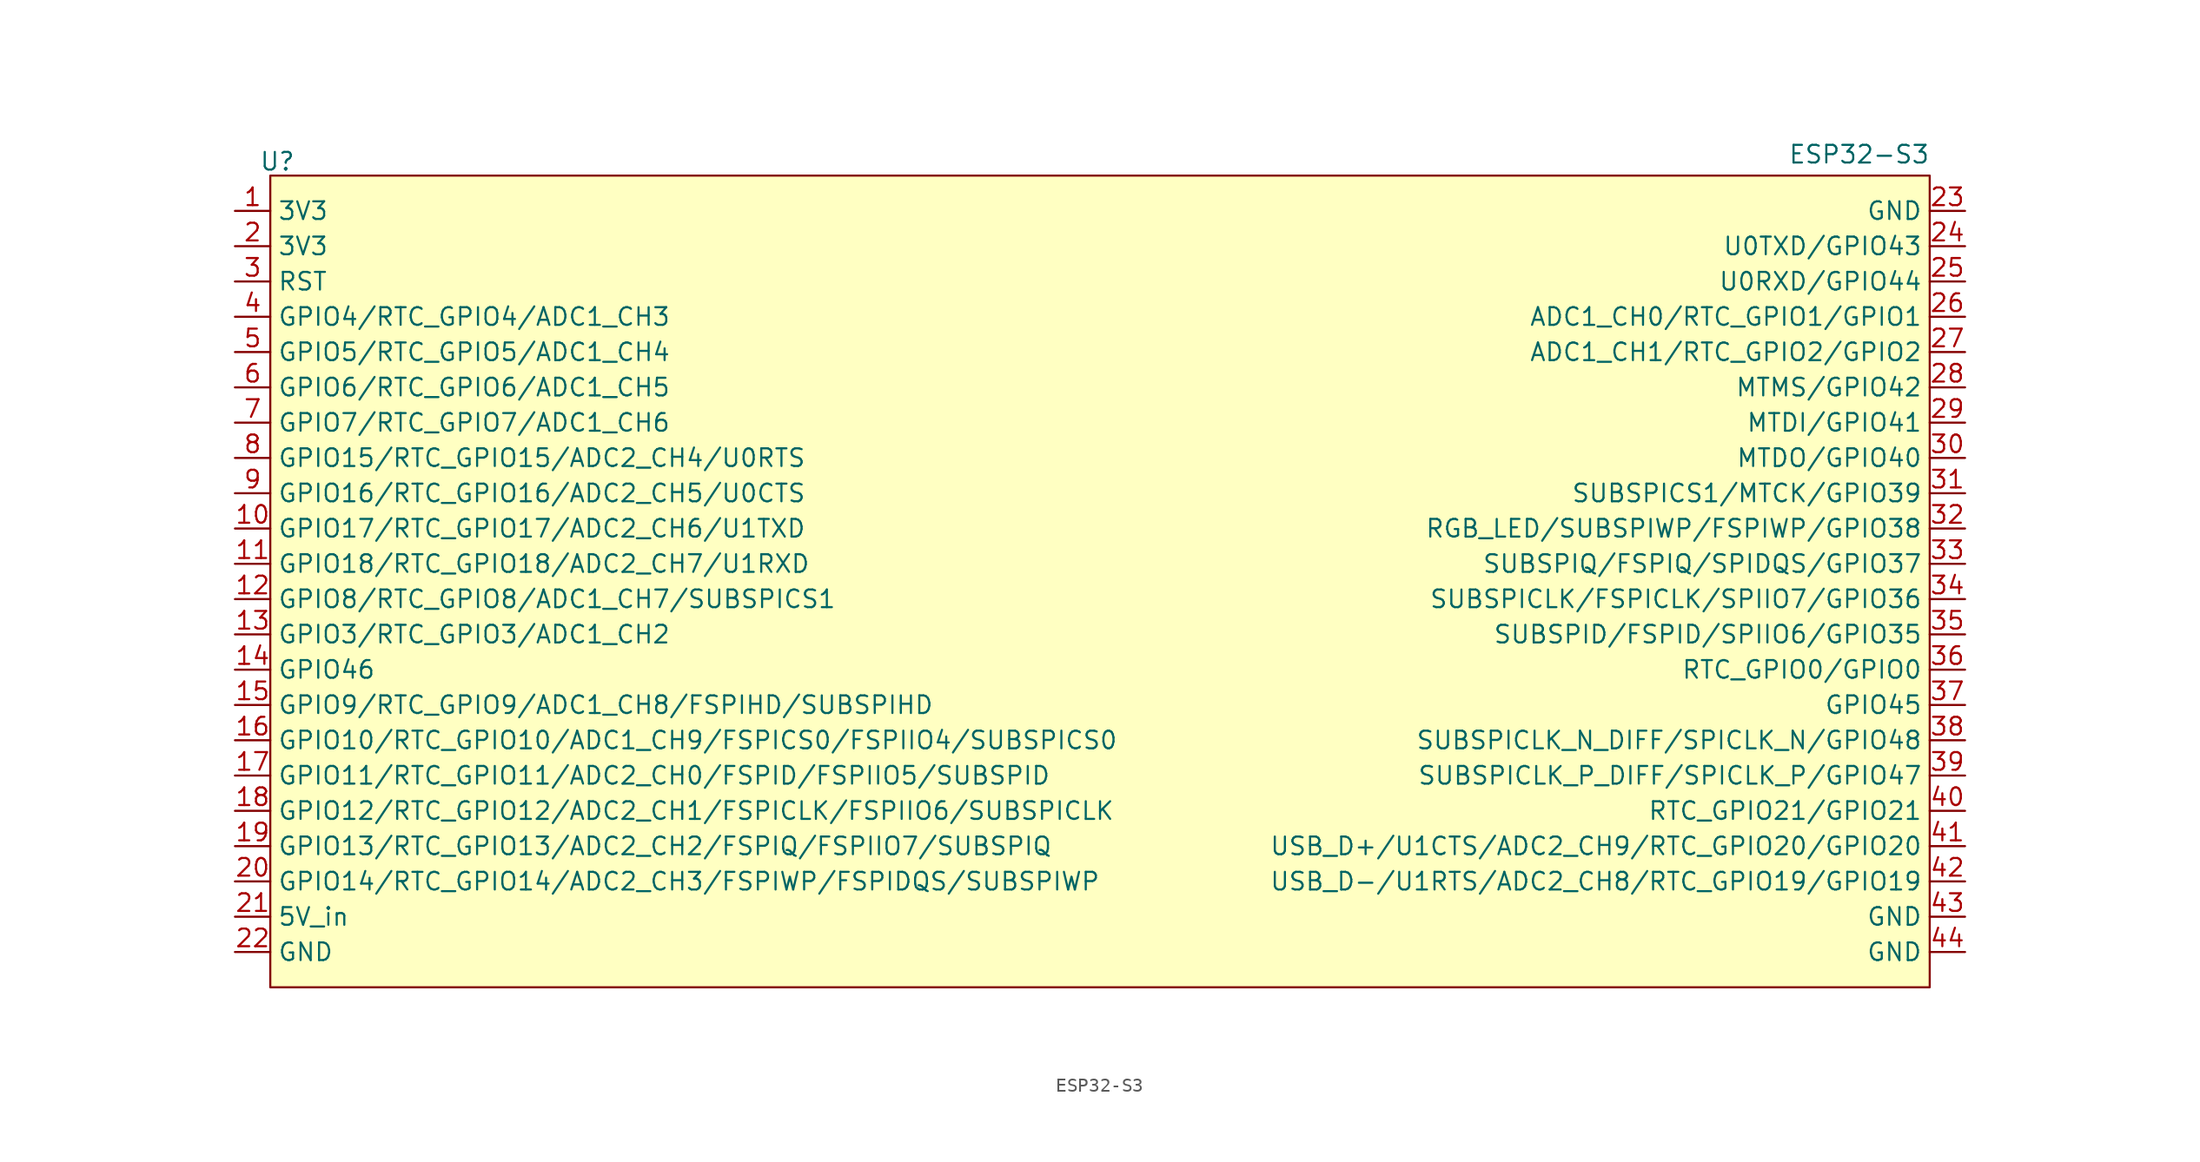
<source format=kicad_sym>
(kicad_symbol_lib
  (version 20241209)
  (generator "kicad_symbol_editor")
  (generator_version "9.0")
  (symbol "ESP32-S3"
    (property "Reference" "U"
      (at -57.912 30.226 0)
      (effects (font (size 1.27 1.27))))
    (property "Value" "ESP32-S3"
      (at 55.88 30.734 0)
      (effects (font (size 1.27 1.27))))
    (symbol "ESP32-S3_1_1"
      (rectangle (start -58.42 29.21) (end 60.96 -29.21) (stroke (width 0) (type solid)) (fill (type background)))
      (pin power_in line (at -60.96 26.67 0) (length 2.54) (name "3V3" (effects (font (size 1.27 1.27)))) (number "1" (effects (font (size 1.27 1.27)))))
      (pin power_in line (at -60.96 24.13 0) (length 2.54) (name "3V3" (effects (font (size 1.27 1.27)))) (number "2" (effects (font (size 1.27 1.27)))))
      (pin bidirectional line (at -60.96 21.59 0) (length 2.54) (name "RST" (effects (font (size 1.27 1.27)))) (number "3" (effects (font (size 1.27 1.27)))))
      (pin bidirectional line (at -60.96 19.05 0) (length 2.54) (name "GPIO4/RTC_GPIO4/ADC1_CH3" (effects (font (size 1.27 1.27)))) (number "4" (effects (font (size 1.27 1.27)))))
      (pin bidirectional line (at -60.96 16.51 0) (length 2.54) (name "GPIO5/RTC_GPIO5/ADC1_CH4" (effects (font (size 1.27 1.27)))) (number "5" (effects (font (size 1.27 1.27)))))
      (pin bidirectional line (at -60.96 13.97 0) (length 2.54) (name "GPIO6/RTC_GPIO6/ADC1_CH5" (effects (font (size 1.27 1.27)))) (number "6" (effects (font (size 1.27 1.27)))))
      (pin bidirectional line (at -60.96 11.43 0) (length 2.54) (name "GPIO7/RTC_GPIO7/ADC1_CH6" (effects (font (size 1.27 1.27)))) (number "7" (effects (font (size 1.27 1.27)))))
      (pin bidirectional line (at -60.96 8.89 0) (length 2.54) (name "GPIO15/RTC_GPIO15/ADC2_CH4/U0RTS" (effects (font (size 1.27 1.27)))) (number "8" (effects (font (size 1.27 1.27)))))
      (pin bidirectional line (at -60.96 6.35 0) (length 2.54) (name "GPIO16/RTC_GPIO16/ADC2_CH5/U0CTS" (effects (font (size 1.27 1.27)))) (number "9" (effects (font (size 1.27 1.27)))))
      (pin bidirectional line (at -60.96 3.81 0) (length 2.54) (name "GPIO17/RTC_GPIO17/ADC2_CH6/U1TXD" (effects (font (size 1.27 1.27)))) (number "10" (effects (font (size 1.27 1.27)))))
      (pin bidirectional line (at -60.96 1.27 0) (length 2.54) (name "GPIO18/RTC_GPIO18/ADC2_CH7/U1RXD" (effects (font (size 1.27 1.27)))) (number "11" (effects (font (size 1.27 1.27)))))
      (pin bidirectional line (at -60.96 -1.27 0) (length 2.54) (name "GPIO8/RTC_GPIO8/ADC1_CH7/SUBSPICS1" (effects (font (size 1.27 1.27)))) (number "12" (effects (font (size 1.27 1.27)))))
      (pin bidirectional line (at -60.96 -3.81 0) (length 2.54) (name "GPIO3/RTC_GPIO3/ADC1_CH2" (effects (font (size 1.27 1.27)))) (number "13" (effects (font (size 1.27 1.27)))))
      (pin bidirectional line (at -60.96 -6.35 0) (length 2.54) (name "GPIO46" (effects (font (size 1.27 1.27)))) (number "14" (effects (font (size 1.27 1.27)))))
      (pin bidirectional line (at -60.96 -8.89 0) (length 2.54) (name "GPIO9/RTC_GPIO9/ADC1_CH8/FSPIHD/SUBSPIHD" (effects (font (size 1.27 1.27)))) (number "15" (effects (font (size 1.27 1.27)))))
      (pin bidirectional line (at -60.96 -11.43 0) (length 2.54) (name "GPIO10/RTC_GPIO10/ADC1_CH9/FSPICS0/FSPIIO4/SUBSPICS0" (effects (font (size 1.27 1.27)))) (number "16" (effects (font (size 1.27 1.27)))))
      (pin bidirectional line (at -60.96 -13.97 0) (length 2.54) (name "GPIO11/RTC_GPIO11/ADC2_CH0/FSPID/FSPIIO5/SUBSPID" (effects (font (size 1.27 1.27)))) (number "17" (effects (font (size 1.27 1.27)))))
      (pin bidirectional line (at -60.96 -16.51 0) (length 2.54) (name "GPIO12/RTC_GPIO12/ADC2_CH1/FSPICLK/FSPIIO6/SUBSPICLK" (effects (font (size 1.27 1.27)))) (number "18" (effects (font (size 1.27 1.27)))))
      (pin bidirectional line (at -60.96 -19.05 0) (length 2.54) (name "GPIO13/RTC_GPIO13/ADC2_CH2/FSPIQ/FSPIIO7/SUBSPIQ" (effects (font (size 1.27 1.27)))) (number "19" (effects (font (size 1.27 1.27)))))
      (pin bidirectional line (at -60.96 -21.59 0) (length 2.54) (name "GPIO14/RTC_GPIO14/ADC2_CH3/FSPIWP/FSPIDQS/SUBSPIWP" (effects (font (size 1.27 1.27)))) (number "20" (effects (font (size 1.27 1.27)))))
      (pin power_in line (at -60.96 -24.13 0) (length 2.54) (name "5V_in" (effects (font (size 1.27 1.27)))) (number "21" (effects (font (size 1.27 1.27)))))
      (pin power_in line (at -60.96 -26.67 0) (length 2.54) (name "GND" (effects (font (size 1.27 1.27)))) (number "22" (effects (font (size 1.27 1.27)))))
      (pin power_in line (at 63.5 26.67 180) (length 2.54) (name "GND" (effects (font (size 1.27 1.27)))) (number "23" (effects (font (size 1.27 1.27)))))
      (pin bidirectional line (at 63.5 24.13 180) (length 2.54) (name "U0TXD/GPIO43" (effects (font (size 1.27 1.27)))) (number "24" (effects (font (size 1.27 1.27)))))
      (pin bidirectional line (at 63.5 21.59 180) (length 2.54) (name "U0RXD/GPIO44" (effects (font (size 1.27 1.27)))) (number "25" (effects (font (size 1.27 1.27)))))
      (pin bidirectional line (at 63.5 19.05 180) (length 2.54) (name "ADC1_CH0/RTC_GPIO1/GPIO1" (effects (font (size 1.27 1.27)))) (number "26" (effects (font (size 1.27 1.27)))))
      (pin bidirectional line (at 63.5 16.51 180) (length 2.54) (name "ADC1_CH1/RTC_GPIO2/GPIO2" (effects (font (size 1.27 1.27)))) (number "27" (effects (font (size 1.27 1.27)))))
      (pin bidirectional line (at 63.5 13.97 180) (length 2.54) (name "MTMS/GPIO42" (effects (font (size 1.27 1.27)))) (number "28" (effects (font (size 1.27 1.27)))))
      (pin bidirectional line (at 63.5 11.43 180) (length 2.54) (name "MTDI/GPIO41" (effects (font (size 1.27 1.27)))) (number "29" (effects (font (size 1.27 1.27)))))
      (pin bidirectional line (at 63.5 8.89 180) (length 2.54) (name "MTDO/GPIO40" (effects (font (size 1.27 1.27)))) (number "30" (effects (font (size 1.27 1.27)))))
      (pin bidirectional line (at 63.5 6.35 180) (length 2.54) (name "SUBSPICS1/MTCK/GPIO39" (effects (font (size 1.27 1.27)))) (number "31" (effects (font (size 1.27 1.27)))))
      (pin bidirectional line (at 63.5 3.81 180) (length 2.54) (name "RGB_LED/SUBSPIWP/FSPIWP/GPIO38" (effects (font (size 1.27 1.27)))) (number "32" (effects (font (size 1.27 1.27)))))
      (pin bidirectional line (at 63.5 1.27 180) (length 2.54) (name "SUBSPIQ/FSPIQ/SPIDQS/GPIO37" (effects (font (size 1.27 1.27)))) (number "33" (effects (font (size 1.27 1.27)))))
      (pin bidirectional line (at 63.5 -1.27 180) (length 2.54) (name "SUBSPICLK/FSPICLK/SPIIO7/GPIO36" (effects (font (size 1.27 1.27)))) (number "34" (effects (font (size 1.27 1.27)))))
      (pin bidirectional line (at 63.5 -3.81 180) (length 2.54) (name "SUBSPID/FSPID/SPIIO6/GPIO35" (effects (font (size 1.27 1.27)))) (number "35" (effects (font (size 1.27 1.27)))))
      (pin bidirectional line (at 63.5 -6.35 180) (length 2.54) (name "RTC_GPIO0/GPIO0" (effects (font (size 1.27 1.27)))) (number "36" (effects (font (size 1.27 1.27)))))
      (pin bidirectional line (at 63.5 -8.89 180) (length 2.54) (name "GPIO45" (effects (font (size 1.27 1.27)))) (number "37" (effects (font (size 1.27 1.27)))))
      (pin bidirectional line (at 63.5 -11.43 180) (length 2.54) (name "SUBSPICLK_N_DIFF/SPICLK_N/GPIO48" (effects (font (size 1.27 1.27)))) (number "38" (effects (font (size 1.27 1.27)))))
      (pin bidirectional line (at 63.5 -13.97 180) (length 2.54) (name "SUBSPICLK_P_DIFF/SPICLK_P/GPIO47" (effects (font (size 1.27 1.27)))) (number "39" (effects (font (size 1.27 1.27)))))
      (pin bidirectional line (at 63.5 -16.51 180) (length 2.54) (name "RTC_GPIO21/GPIO21" (effects (font (size 1.27 1.27)))) (number "40" (effects (font (size 1.27 1.27)))))
      (pin bidirectional line (at 63.5 -19.05 180) (length 2.54) (name "USB_D+/U1CTS/ADC2_CH9/RTC_GPIO20/GPIO20" (effects (font (size 1.27 1.27)))) (number "41" (effects (font (size 1.27 1.27)))))
      (pin bidirectional line (at 63.5 -21.59 180) (length 2.54) (name "USB_D-/U1RTS/ADC2_CH8/RTC_GPIO19/GPIO19" (effects (font (size 1.27 1.27)))) (number "42" (effects (font (size 1.27 1.27)))))
      (pin power_in line (at 63.5 -24.13 180) (length 2.54) (name "GND" (effects (font (size 1.27 1.27)))) (number "43" (effects (font (size 1.27 1.27)))))
      (pin power_in line (at 63.5 -26.67 180) (length 2.54) (name "GND" (effects (font (size 1.27 1.27)))) (number "44" (effects (font (size 1.27 1.27))))))))
</source>
